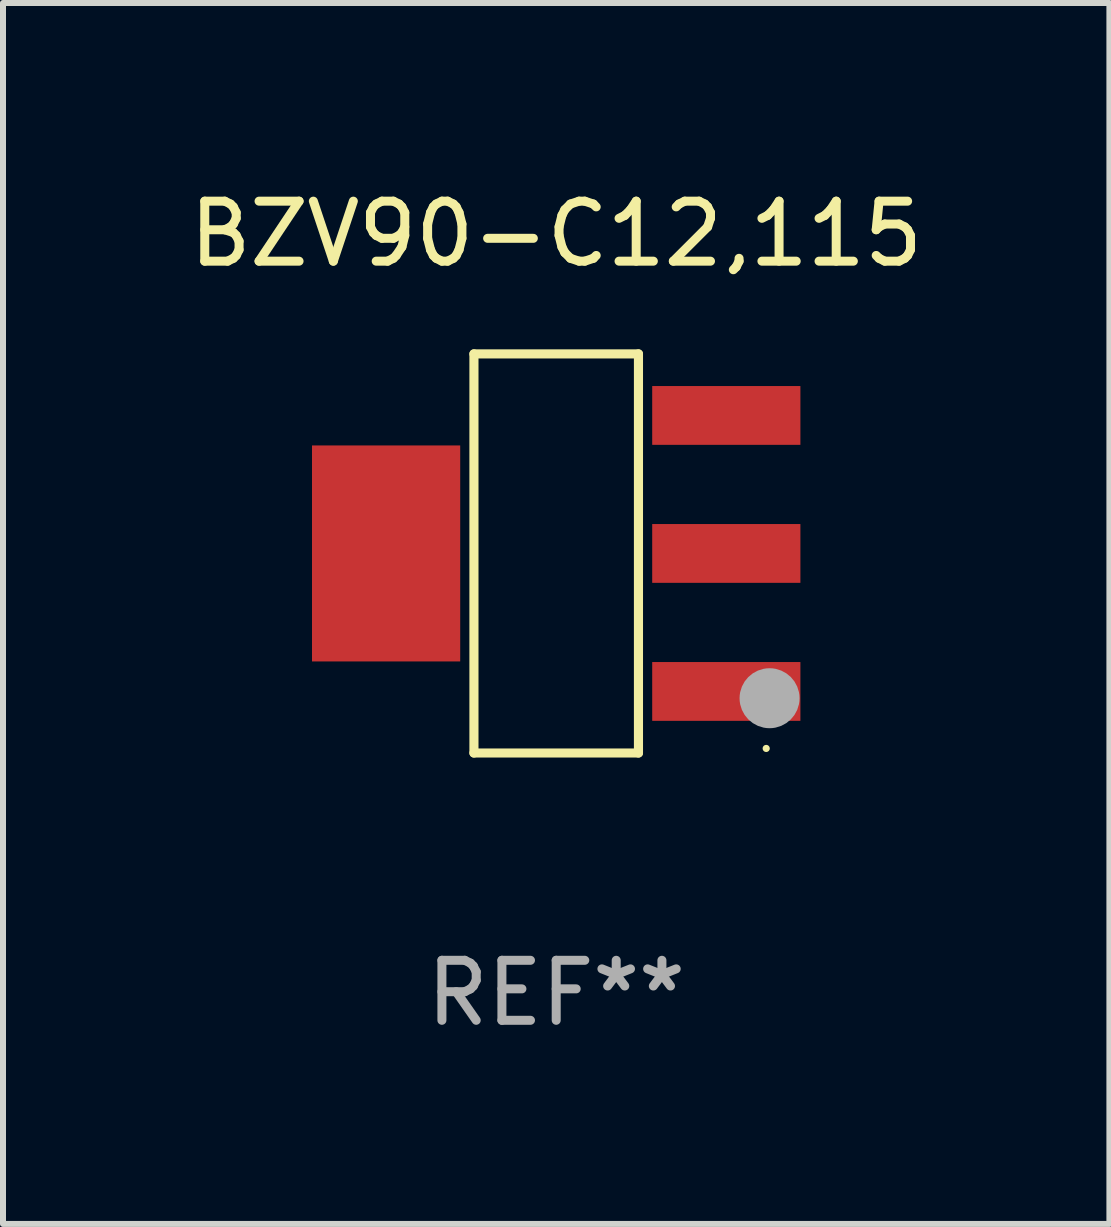
<source format=kicad_pcb>
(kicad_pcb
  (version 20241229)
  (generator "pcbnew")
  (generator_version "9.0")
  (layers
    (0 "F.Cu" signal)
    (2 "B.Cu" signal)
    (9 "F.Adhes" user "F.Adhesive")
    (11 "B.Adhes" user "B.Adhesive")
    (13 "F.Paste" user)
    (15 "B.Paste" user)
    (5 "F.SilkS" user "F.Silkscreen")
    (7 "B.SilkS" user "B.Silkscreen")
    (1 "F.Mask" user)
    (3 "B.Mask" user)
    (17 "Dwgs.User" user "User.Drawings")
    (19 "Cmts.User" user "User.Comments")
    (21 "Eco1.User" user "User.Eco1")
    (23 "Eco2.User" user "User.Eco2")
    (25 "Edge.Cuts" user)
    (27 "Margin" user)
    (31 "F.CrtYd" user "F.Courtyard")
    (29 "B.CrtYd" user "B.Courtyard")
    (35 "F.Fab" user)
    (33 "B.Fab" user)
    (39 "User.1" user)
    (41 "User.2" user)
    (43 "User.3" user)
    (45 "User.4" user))
  (footprint "BZV90-C12,115"
    (layer "F.Cu")
    (at 6.22 6.174)
    (property "Reference" "BZV90-C12,115" (at 0 -5.326 0) (layer "F.SilkS") (effects (font (size 1 1) (thickness 0.15))))
    (attr through_hole)
    (fp_line (start -1.371 -3.326) (end 1.371 -3.326) (stroke (width 0.152) (type solid)) (layer "F.SilkS"))
    (fp_line (start -1.371 3.326) (end -1.371 -3.326) (stroke (width 0.152) (type solid)) (layer "F.SilkS"))
    (fp_line (start 1.371 -3.326) (end 1.371 3.326) (stroke (width 0.152) (type solid)) (layer "F.SilkS"))
    (fp_line (start 1.371 3.326) (end -1.371 3.326) (stroke (width 0.152) (type solid)) (layer "F.SilkS"))
    (fp_circle (center 3.5 3.25) (end 3.53 3.25) (stroke (width 0.06) (type solid)) (fill no) (layer "F.SilkS"))
    (fp_circle (center 3.556 2.413) (end 3.806 2.413) (stroke (width 0.5) (type solid)) (fill no) (layer "F.Fab"))
    (fp_text user "REF**" (at 0 7.326 0) (layer "F.Fab") (effects (font (size 1 1) (thickness 0.15))))
    (pad "1" smd rect (at 2.835 2.3) (size 2.47 0.98) (layers "F.Cu" "F.Mask" "F.Paste"))
    (pad "2" smd rect (at 2.835 0) (size 2.47 0.98) (layers "F.Cu" "F.Mask" "F.Paste"))
    (pad "3" smd rect (at 2.835 -2.3) (size 2.47 0.98) (layers "F.Cu" "F.Mask" "F.Paste"))
    (pad "4" smd rect (at -2.835 0) (size 2.47 3.6) (layers "F.Cu" "F.Mask" "F.Paste")))
  (gr_rect
    (start -3 -3)
    (end 15.44 17.349)
    (stroke (width 0.1) (type default))
    (fill no)
    (layer "Edge.Cuts")))
</source>
